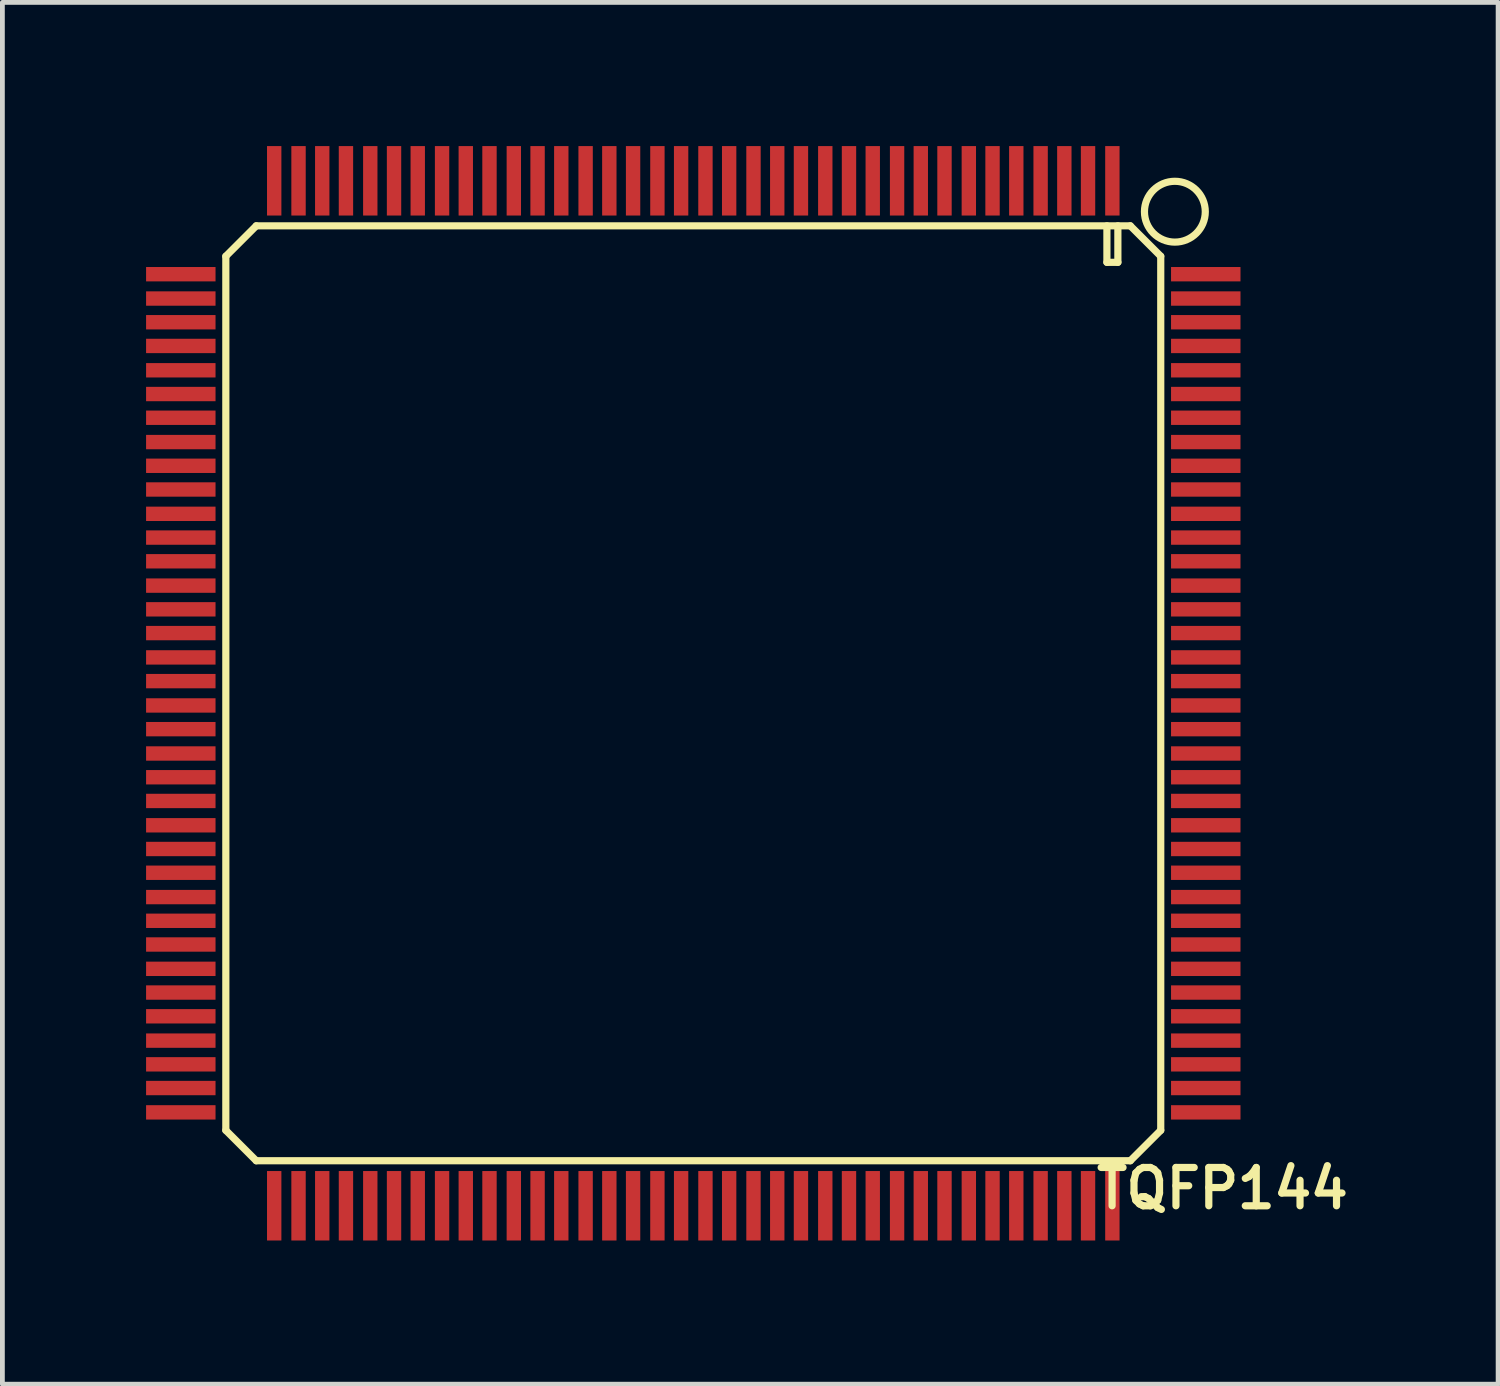
<source format=kicad_pcb>
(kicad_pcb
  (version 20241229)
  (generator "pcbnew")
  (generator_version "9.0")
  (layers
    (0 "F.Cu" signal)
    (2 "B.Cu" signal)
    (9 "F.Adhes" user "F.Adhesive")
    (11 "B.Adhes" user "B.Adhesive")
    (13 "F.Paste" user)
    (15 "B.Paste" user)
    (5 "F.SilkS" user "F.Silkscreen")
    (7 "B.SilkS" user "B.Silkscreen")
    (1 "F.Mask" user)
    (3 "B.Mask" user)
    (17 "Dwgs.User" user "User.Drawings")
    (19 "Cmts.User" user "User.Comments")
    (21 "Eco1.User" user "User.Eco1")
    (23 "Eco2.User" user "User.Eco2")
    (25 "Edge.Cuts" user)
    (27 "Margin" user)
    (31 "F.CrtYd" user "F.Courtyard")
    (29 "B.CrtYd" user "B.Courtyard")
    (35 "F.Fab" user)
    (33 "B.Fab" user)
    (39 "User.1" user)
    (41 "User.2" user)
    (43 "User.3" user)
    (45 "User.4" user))
  (footprint "TQFP144"
    (layer "F.Cu")
    (at 11.425 11.425)
    (property "Reference" "TQFP144" (at 11.049 10.338 0) (layer "F.SilkS") (effects (font (size 0.8 0.8) (thickness 0.15))))
    (attr smd)
    (fp_line (start -9.76 -9.125) (end -9.76 9.125) (stroke (width 0.15) (type solid)) (layer "F.SilkS"))
    (fp_line (start -9.76 9.125) (end -9.125 9.76) (stroke (width 0.15) (type solid)) (layer "F.SilkS"))
    (fp_line (start -9.125 -9.76) (end -9.76 -9.125) (stroke (width 0.15) (type solid)) (layer "F.SilkS"))
    (fp_line (start -9.125 9.76) (end 9.125 9.76) (stroke (width 0.15) (type solid)) (layer "F.SilkS"))
    (fp_line (start 8.636 -9.76) (end 8.636 -8.998) (stroke (width 0.15) (type solid)) (layer "F.SilkS"))
    (fp_line (start 8.636 -8.998) (end 8.865 -8.998) (stroke (width 0.15) (type solid)) (layer "F.SilkS"))
    (fp_line (start 8.865 -8.998) (end 8.865 -9.76) (stroke (width 0.15) (type solid)) (layer "F.SilkS"))
    (fp_line (start 9.125 -9.76) (end -9.125 -9.76) (stroke (width 0.15) (type solid)) (layer "F.SilkS"))
    (fp_line (start 9.125 9.76) (end 9.76 9.125) (stroke (width 0.15) (type solid)) (layer "F.SilkS"))
    (fp_line (start 9.76 -9.125) (end 9.125 -9.76) (stroke (width 0.15) (type solid)) (layer "F.SilkS"))
    (fp_line (start 9.76 9.125) (end 9.76 -9.125) (stroke (width 0.15) (type solid)) (layer "F.SilkS"))
    (fp_circle (center 10.055 -10.055) (end 10.055 -10.69) (stroke (width 0.15) (type solid)) (fill no) (layer "F.SilkS"))
    (pad "1" smd rect (at 8.75 -10.7) (size 0.3 1.45) (layers "F.Cu" "F.Mask" "F.Paste"))
    (pad "2" smd rect (at 8.242 -10.7) (size 0.3 1.45) (layers "F.Cu" "F.Mask" "F.Paste"))
    (pad "3" smd rect (at 7.747 -10.7) (size 0.3 1.45) (layers "F.Cu" "F.Mask" "F.Paste"))
    (pad "4" smd rect (at 7.252 -10.7) (size 0.3 1.45) (layers "F.Cu" "F.Mask" "F.Paste"))
    (pad "5" smd rect (at 6.744 -10.7) (size 0.3 1.45) (layers "F.Cu" "F.Mask" "F.Paste"))
    (pad "6" smd rect (at 6.248 -10.7) (size 0.3 1.45) (layers "F.Cu" "F.Mask" "F.Paste"))
    (pad "7" smd rect (at 5.753 -10.7) (size 0.3 1.45) (layers "F.Cu" "F.Mask" "F.Paste"))
    (pad "8" smd rect (at 5.245 -10.7) (size 0.3 1.45) (layers "F.Cu" "F.Mask" "F.Paste"))
    (pad "9" smd rect (at 4.75 -10.7) (size 0.3 1.45) (layers "F.Cu" "F.Mask" "F.Paste"))
    (pad "10" smd rect (at 4.255 -10.7) (size 0.3 1.45) (layers "F.Cu" "F.Mask" "F.Paste"))
    (pad "11" smd rect (at 3.747 -10.7) (size 0.3 1.45) (layers "F.Cu" "F.Mask" "F.Paste"))
    (pad "12" smd rect (at 3.251 -10.7) (size 0.3 1.45) (layers "F.Cu" "F.Mask" "F.Paste"))
    (pad "13" smd rect (at 2.756 -10.7) (size 0.3 1.45) (layers "F.Cu" "F.Mask" "F.Paste"))
    (pad "14" smd rect (at 2.248 -10.7) (size 0.3 1.45) (layers "F.Cu" "F.Mask" "F.Paste"))
    (pad "15" smd rect (at 1.753 -10.7) (size 0.3 1.45) (layers "F.Cu" "F.Mask" "F.Paste"))
    (pad "16" smd rect (at 1.257 -10.7) (size 0.3 1.45) (layers "F.Cu" "F.Mask" "F.Paste"))
    (pad "17" smd rect (at 0.749 -10.7) (size 0.3 1.45) (layers "F.Cu" "F.Mask" "F.Paste"))
    (pad "18" smd rect (at 0.254 -10.7) (size 0.3 1.45) (layers "F.Cu" "F.Mask" "F.Paste"))
    (pad "19" smd rect (at -0.254 -10.7) (size 0.3 1.45) (layers "F.Cu" "F.Mask" "F.Paste"))
    (pad "20" smd rect (at -0.749 -10.7) (size 0.3 1.45) (layers "F.Cu" "F.Mask" "F.Paste"))
    (pad "21" smd rect (at -1.257 -10.7) (size 0.3 1.45) (layers "F.Cu" "F.Mask" "F.Paste"))
    (pad "22" smd rect (at -1.753 -10.7) (size 0.3 1.45) (layers "F.Cu" "F.Mask" "F.Paste"))
    (pad "23" smd rect (at -2.248 -10.7) (size 0.3 1.45) (layers "F.Cu" "F.Mask" "F.Paste"))
    (pad "24" smd rect (at -2.756 -10.7) (size 0.3 1.45) (layers "F.Cu" "F.Mask" "F.Paste"))
    (pad "25" smd rect (at -3.251 -10.7) (size 0.3 1.45) (layers "F.Cu" "F.Mask" "F.Paste"))
    (pad "26" smd rect (at -3.747 -10.7) (size 0.3 1.45) (layers "F.Cu" "F.Mask" "F.Paste"))
    (pad "27" smd rect (at -4.255 -10.7) (size 0.3 1.45) (layers "F.Cu" "F.Mask" "F.Paste"))
    (pad "28" smd rect (at -4.75 -10.7) (size 0.3 1.45) (layers "F.Cu" "F.Mask" "F.Paste"))
    (pad "29" smd rect (at -5.245 -10.7) (size 0.3 1.45) (layers "F.Cu" "F.Mask" "F.Paste"))
    (pad "30" smd rect (at -5.753 -10.7) (size 0.3 1.45) (layers "F.Cu" "F.Mask" "F.Paste"))
    (pad "31" smd rect (at -6.248 -10.7) (size 0.3 1.45) (layers "F.Cu" "F.Mask" "F.Paste"))
    (pad "32" smd rect (at -6.744 -10.7) (size 0.3 1.45) (layers "F.Cu" "F.Mask" "F.Paste"))
    (pad "33" smd rect (at -7.252 -10.7) (size 0.3 1.45) (layers "F.Cu" "F.Mask" "F.Paste"))
    (pad "34" smd rect (at -7.747 -10.7) (size 0.3 1.45) (layers "F.Cu" "F.Mask" "F.Paste"))
    (pad "35" smd rect (at -8.242 -10.7) (size 0.3 1.45) (layers "F.Cu" "F.Mask" "F.Paste"))
    (pad "36" smd rect (at -8.75 -10.7) (size 0.3 1.45) (layers "F.Cu" "F.Mask" "F.Paste"))
    (pad "37" smd rect (at -10.7 -8.75) (size 1.45 0.3) (layers "F.Cu" "F.Mask" "F.Paste"))
    (pad "38" smd rect (at -10.7 -8.242) (size 1.45 0.3) (layers "F.Cu" "F.Mask" "F.Paste"))
    (pad "39" smd rect (at -10.7 -7.747) (size 1.45 0.3) (layers "F.Cu" "F.Mask" "F.Paste"))
    (pad "40" smd rect (at -10.7 -7.252) (size 1.45 0.3) (layers "F.Cu" "F.Mask" "F.Paste"))
    (pad "41" smd rect (at -10.7 -6.744) (size 1.45 0.3) (layers "F.Cu" "F.Mask" "F.Paste"))
    (pad "42" smd rect (at -10.7 -6.248) (size 1.45 0.3) (layers "F.Cu" "F.Mask" "F.Paste"))
    (pad "43" smd rect (at -10.7 -5.753) (size 1.45 0.3) (layers "F.Cu" "F.Mask" "F.Paste"))
    (pad "44" smd rect (at -10.7 -5.245) (size 1.45 0.3) (layers "F.Cu" "F.Mask" "F.Paste"))
    (pad "45" smd rect (at -10.7 -4.75) (size 1.45 0.3) (layers "F.Cu" "F.Mask" "F.Paste"))
    (pad "46" smd rect (at -10.7 -4.255) (size 1.45 0.3) (layers "F.Cu" "F.Mask" "F.Paste"))
    (pad "47" smd rect (at -10.7 -3.747) (size 1.45 0.3) (layers "F.Cu" "F.Mask" "F.Paste"))
    (pad "48" smd rect (at -10.7 -3.251) (size 1.45 0.3) (layers "F.Cu" "F.Mask" "F.Paste"))
    (pad "49" smd rect (at -10.7 -2.756) (size 1.45 0.3) (layers "F.Cu" "F.Mask" "F.Paste"))
    (pad "50" smd rect (at -10.7 -2.248) (size 1.45 0.3) (layers "F.Cu" "F.Mask" "F.Paste"))
    (pad "51" smd rect (at -10.7 -1.753) (size 1.45 0.3) (layers "F.Cu" "F.Mask" "F.Paste"))
    (pad "52" smd rect (at -10.7 -1.257) (size 1.45 0.3) (layers "F.Cu" "F.Mask" "F.Paste"))
    (pad "53" smd rect (at -10.7 -0.749) (size 1.45 0.3) (layers "F.Cu" "F.Mask" "F.Paste"))
    (pad "54" smd rect (at -10.7 -0.254) (size 1.45 0.3) (layers "F.Cu" "F.Mask" "F.Paste"))
    (pad "55" smd rect (at -10.7 0.254) (size 1.45 0.3) (layers "F.Cu" "F.Mask" "F.Paste"))
    (pad "56" smd rect (at -10.7 0.749) (size 1.45 0.3) (layers "F.Cu" "F.Mask" "F.Paste"))
    (pad "57" smd rect (at -10.7 1.257) (size 1.45 0.3) (layers "F.Cu" "F.Mask" "F.Paste"))
    (pad "58" smd rect (at -10.7 1.753) (size 1.45 0.3) (layers "F.Cu" "F.Mask" "F.Paste"))
    (pad "59" smd rect (at -10.7 2.248) (size 1.45 0.3) (layers "F.Cu" "F.Mask" "F.Paste"))
    (pad "60" smd rect (at -10.7 2.756) (size 1.45 0.3) (layers "F.Cu" "F.Mask" "F.Paste"))
    (pad "61" smd rect (at -10.7 3.251) (size 1.45 0.3) (layers "F.Cu" "F.Mask" "F.Paste"))
    (pad "62" smd rect (at -10.7 3.747) (size 1.45 0.3) (layers "F.Cu" "F.Mask" "F.Paste"))
    (pad "63" smd rect (at -10.7 4.255) (size 1.45 0.3) (layers "F.Cu" "F.Mask" "F.Paste"))
    (pad "64" smd rect (at -10.7 4.75) (size 1.45 0.3) (layers "F.Cu" "F.Mask" "F.Paste"))
    (pad "65" smd rect (at -10.7 5.245) (size 1.45 0.3) (layers "F.Cu" "F.Mask" "F.Paste"))
    (pad "66" smd rect (at -10.7 5.753) (size 1.45 0.3) (layers "F.Cu" "F.Mask" "F.Paste"))
    (pad "67" smd rect (at -10.7 6.248) (size 1.45 0.3) (layers "F.Cu" "F.Mask" "F.Paste"))
    (pad "68" smd rect (at -10.7 6.744) (size 1.45 0.3) (layers "F.Cu" "F.Mask" "F.Paste"))
    (pad "69" smd rect (at -10.7 7.252) (size 1.45 0.3) (layers "F.Cu" "F.Mask" "F.Paste"))
    (pad "70" smd rect (at -10.7 7.747) (size 1.45 0.3) (layers "F.Cu" "F.Mask" "F.Paste"))
    (pad "71" smd rect (at -10.7 8.242) (size 1.45 0.3) (layers "F.Cu" "F.Mask" "F.Paste"))
    (pad "72" smd rect (at -10.7 8.75) (size 1.45 0.3) (layers "F.Cu" "F.Mask" "F.Paste"))
    (pad "73" smd rect (at -8.75 10.7) (size 0.3 1.45) (layers "F.Cu" "F.Mask" "F.Paste"))
    (pad "74" smd rect (at -8.242 10.7) (size 0.3 1.45) (layers "F.Cu" "F.Mask" "F.Paste"))
    (pad "75" smd rect (at -7.747 10.7) (size 0.3 1.45) (layers "F.Cu" "F.Mask" "F.Paste"))
    (pad "76" smd rect (at -7.252 10.7) (size 0.3 1.45) (layers "F.Cu" "F.Mask" "F.Paste"))
    (pad "77" smd rect (at -6.744 10.7) (size 0.3 1.45) (layers "F.Cu" "F.Mask" "F.Paste"))
    (pad "78" smd rect (at -6.248 10.7) (size 0.3 1.45) (layers "F.Cu" "F.Mask" "F.Paste"))
    (pad "79" smd rect (at -5.753 10.7) (size 0.3 1.45) (layers "F.Cu" "F.Mask" "F.Paste"))
    (pad "80" smd rect (at -5.245 10.7) (size 0.3 1.45) (layers "F.Cu" "F.Mask" "F.Paste"))
    (pad "81" smd rect (at -4.75 10.7) (size 0.3 1.45) (layers "F.Cu" "F.Mask" "F.Paste"))
    (pad "82" smd rect (at -4.255 10.7) (size 0.3 1.45) (layers "F.Cu" "F.Mask" "F.Paste"))
    (pad "83" smd rect (at -3.747 10.7) (size 0.3 1.45) (layers "F.Cu" "F.Mask" "F.Paste"))
    (pad "84" smd rect (at -3.251 10.7) (size 0.3 1.45) (layers "F.Cu" "F.Mask" "F.Paste"))
    (pad "85" smd rect (at -2.756 10.7) (size 0.3 1.45) (layers "F.Cu" "F.Mask" "F.Paste"))
    (pad "86" smd rect (at -2.248 10.7) (size 0.3 1.45) (layers "F.Cu" "F.Mask" "F.Paste"))
    (pad "87" smd rect (at -1.753 10.7) (size 0.3 1.45) (layers "F.Cu" "F.Mask" "F.Paste"))
    (pad "88" smd rect (at -1.257 10.7) (size 0.3 1.45) (layers "F.Cu" "F.Mask" "F.Paste"))
    (pad "89" smd rect (at -0.749 10.7) (size 0.3 1.45) (layers "F.Cu" "F.Mask" "F.Paste"))
    (pad "90" smd rect (at -0.254 10.7) (size 0.3 1.45) (layers "F.Cu" "F.Mask" "F.Paste"))
    (pad "91" smd rect (at 0.254 10.7) (size 0.3 1.45) (layers "F.Cu" "F.Mask" "F.Paste"))
    (pad "92" smd rect (at 0.749 10.7) (size 0.3 1.45) (layers "F.Cu" "F.Mask" "F.Paste"))
    (pad "93" smd rect (at 1.257 10.7) (size 0.3 1.45) (layers "F.Cu" "F.Mask" "F.Paste"))
    (pad "94" smd rect (at 1.753 10.7) (size 0.3 1.45) (layers "F.Cu" "F.Mask" "F.Paste"))
    (pad "95" smd rect (at 2.248 10.7) (size 0.3 1.45) (layers "F.Cu" "F.Mask" "F.Paste"))
    (pad "96" smd rect (at 2.756 10.7) (size 0.3 1.45) (layers "F.Cu" "F.Mask" "F.Paste"))
    (pad "97" smd rect (at 3.251 10.7) (size 0.3 1.45) (layers "F.Cu" "F.Mask" "F.Paste"))
    (pad "98" smd rect (at 3.747 10.7) (size 0.3 1.45) (layers "F.Cu" "F.Mask" "F.Paste"))
    (pad "99" smd rect (at 4.255 10.7) (size 0.3 1.45) (layers "F.Cu" "F.Mask" "F.Paste"))
    (pad "100" smd rect (at 4.75 10.7) (size 0.3 1.45) (layers "F.Cu" "F.Mask" "F.Paste"))
    (pad "101" smd rect (at 5.245 10.7) (size 0.3 1.45) (layers "F.Cu" "F.Mask" "F.Paste"))
    (pad "102" smd rect (at 5.753 10.7) (size 0.3 1.45) (layers "F.Cu" "F.Mask" "F.Paste"))
    (pad "103" smd rect (at 6.248 10.7) (size 0.3 1.45) (layers "F.Cu" "F.Mask" "F.Paste"))
    (pad "104" smd rect (at 6.744 10.7) (size 0.3 1.45) (layers "F.Cu" "F.Mask" "F.Paste"))
    (pad "105" smd rect (at 7.252 10.7) (size 0.3 1.45) (layers "F.Cu" "F.Mask" "F.Paste"))
    (pad "106" smd rect (at 7.747 10.7) (size 0.3 1.45) (layers "F.Cu" "F.Mask" "F.Paste"))
    (pad "107" smd rect (at 8.242 10.7) (size 0.3 1.45) (layers "F.Cu" "F.Mask" "F.Paste"))
    (pad "108" smd rect (at 8.75 10.7) (size 0.3 1.45) (layers "F.Cu" "F.Mask" "F.Paste"))
    (pad "109" smd rect (at 10.7 8.75) (size 1.45 0.3) (layers "F.Cu" "F.Mask" "F.Paste"))
    (pad "110" smd rect (at 10.7 8.242) (size 1.45 0.3) (layers "F.Cu" "F.Mask" "F.Paste"))
    (pad "111" smd rect (at 10.7 7.747) (size 1.45 0.3) (layers "F.Cu" "F.Mask" "F.Paste"))
    (pad "112" smd rect (at 10.7 7.252) (size 1.45 0.3) (layers "F.Cu" "F.Mask" "F.Paste"))
    (pad "113" smd rect (at 10.7 6.744) (size 1.45 0.3) (layers "F.Cu" "F.Mask" "F.Paste"))
    (pad "114" smd rect (at 10.7 6.248) (size 1.45 0.3) (layers "F.Cu" "F.Mask" "F.Paste"))
    (pad "115" smd rect (at 10.7 5.753) (size 1.45 0.3) (layers "F.Cu" "F.Mask" "F.Paste"))
    (pad "116" smd rect (at 10.7 5.245) (size 1.45 0.3) (layers "F.Cu" "F.Mask" "F.Paste"))
    (pad "117" smd rect (at 10.7 4.75) (size 1.45 0.3) (layers "F.Cu" "F.Mask" "F.Paste"))
    (pad "118" smd rect (at 10.7 4.255) (size 1.45 0.3) (layers "F.Cu" "F.Mask" "F.Paste"))
    (pad "119" smd rect (at 10.7 3.747) (size 1.45 0.3) (layers "F.Cu" "F.Mask" "F.Paste"))
    (pad "120" smd rect (at 10.7 3.251) (size 1.45 0.3) (layers "F.Cu" "F.Mask" "F.Paste"))
    (pad "121" smd rect (at 10.7 2.756) (size 1.45 0.3) (layers "F.Cu" "F.Mask" "F.Paste"))
    (pad "122" smd rect (at 10.7 2.248) (size 1.45 0.3) (layers "F.Cu" "F.Mask" "F.Paste"))
    (pad "123" smd rect (at 10.7 1.753) (size 1.45 0.3) (layers "F.Cu" "F.Mask" "F.Paste"))
    (pad "124" smd rect (at 10.7 1.257) (size 1.45 0.3) (layers "F.Cu" "F.Mask" "F.Paste"))
    (pad "125" smd rect (at 10.7 0.749) (size 1.45 0.3) (layers "F.Cu" "F.Mask" "F.Paste"))
    (pad "126" smd rect (at 10.7 0.254) (size 1.45 0.3) (layers "F.Cu" "F.Mask" "F.Paste"))
    (pad "127" smd rect (at 10.7 -0.254) (size 1.45 0.3) (layers "F.Cu" "F.Mask" "F.Paste"))
    (pad "128" smd rect (at 10.7 -0.749) (size 1.45 0.3) (layers "F.Cu" "F.Mask" "F.Paste"))
    (pad "129" smd rect (at 10.7 -1.257) (size 1.45 0.3) (layers "F.Cu" "F.Mask" "F.Paste"))
    (pad "130" smd rect (at 10.7 -1.753) (size 1.45 0.3) (layers "F.Cu" "F.Mask" "F.Paste"))
    (pad "131" smd rect (at 10.7 -2.248) (size 1.45 0.3) (layers "F.Cu" "F.Mask" "F.Paste"))
    (pad "132" smd rect (at 10.7 -2.756) (size 1.45 0.3) (layers "F.Cu" "F.Mask" "F.Paste"))
    (pad "133" smd rect (at 10.7 -3.251) (size 1.45 0.3) (layers "F.Cu" "F.Mask" "F.Paste"))
    (pad "134" smd rect (at 10.7 -3.747) (size 1.45 0.3) (layers "F.Cu" "F.Mask" "F.Paste"))
    (pad "135" smd rect (at 10.7 -4.255) (size 1.45 0.3) (layers "F.Cu" "F.Mask" "F.Paste"))
    (pad "136" smd rect (at 10.7 -4.75) (size 1.45 0.3) (layers "F.Cu" "F.Mask" "F.Paste"))
    (pad "137" smd rect (at 10.7 -5.245) (size 1.45 0.3) (layers "F.Cu" "F.Mask" "F.Paste"))
    (pad "138" smd rect (at 10.7 -5.753) (size 1.45 0.3) (layers "F.Cu" "F.Mask" "F.Paste"))
    (pad "139" smd rect (at 10.7 -6.248) (size 1.45 0.3) (layers "F.Cu" "F.Mask" "F.Paste"))
    (pad "140" smd rect (at 10.7 -6.744) (size 1.45 0.3) (layers "F.Cu" "F.Mask" "F.Paste"))
    (pad "141" smd rect (at 10.7 -7.252) (size 1.45 0.3) (layers "F.Cu" "F.Mask" "F.Paste"))
    (pad "142" smd rect (at 10.7 -7.747) (size 1.45 0.3) (layers "F.Cu" "F.Mask" "F.Paste"))
    (pad "143" smd rect (at 10.7 -8.242) (size 1.45 0.3) (layers "F.Cu" "F.Mask" "F.Paste"))
    (pad "144" smd rect (at 10.7 -8.75) (size 1.45 0.3) (layers "F.Cu" "F.Mask" "F.Paste")))
  (gr_rect
    (start -3 -3)
    (end 28.229 25.85)
    (stroke (width 0.1) (type default))
    (fill no)
    (layer "Edge.Cuts")))
</source>
